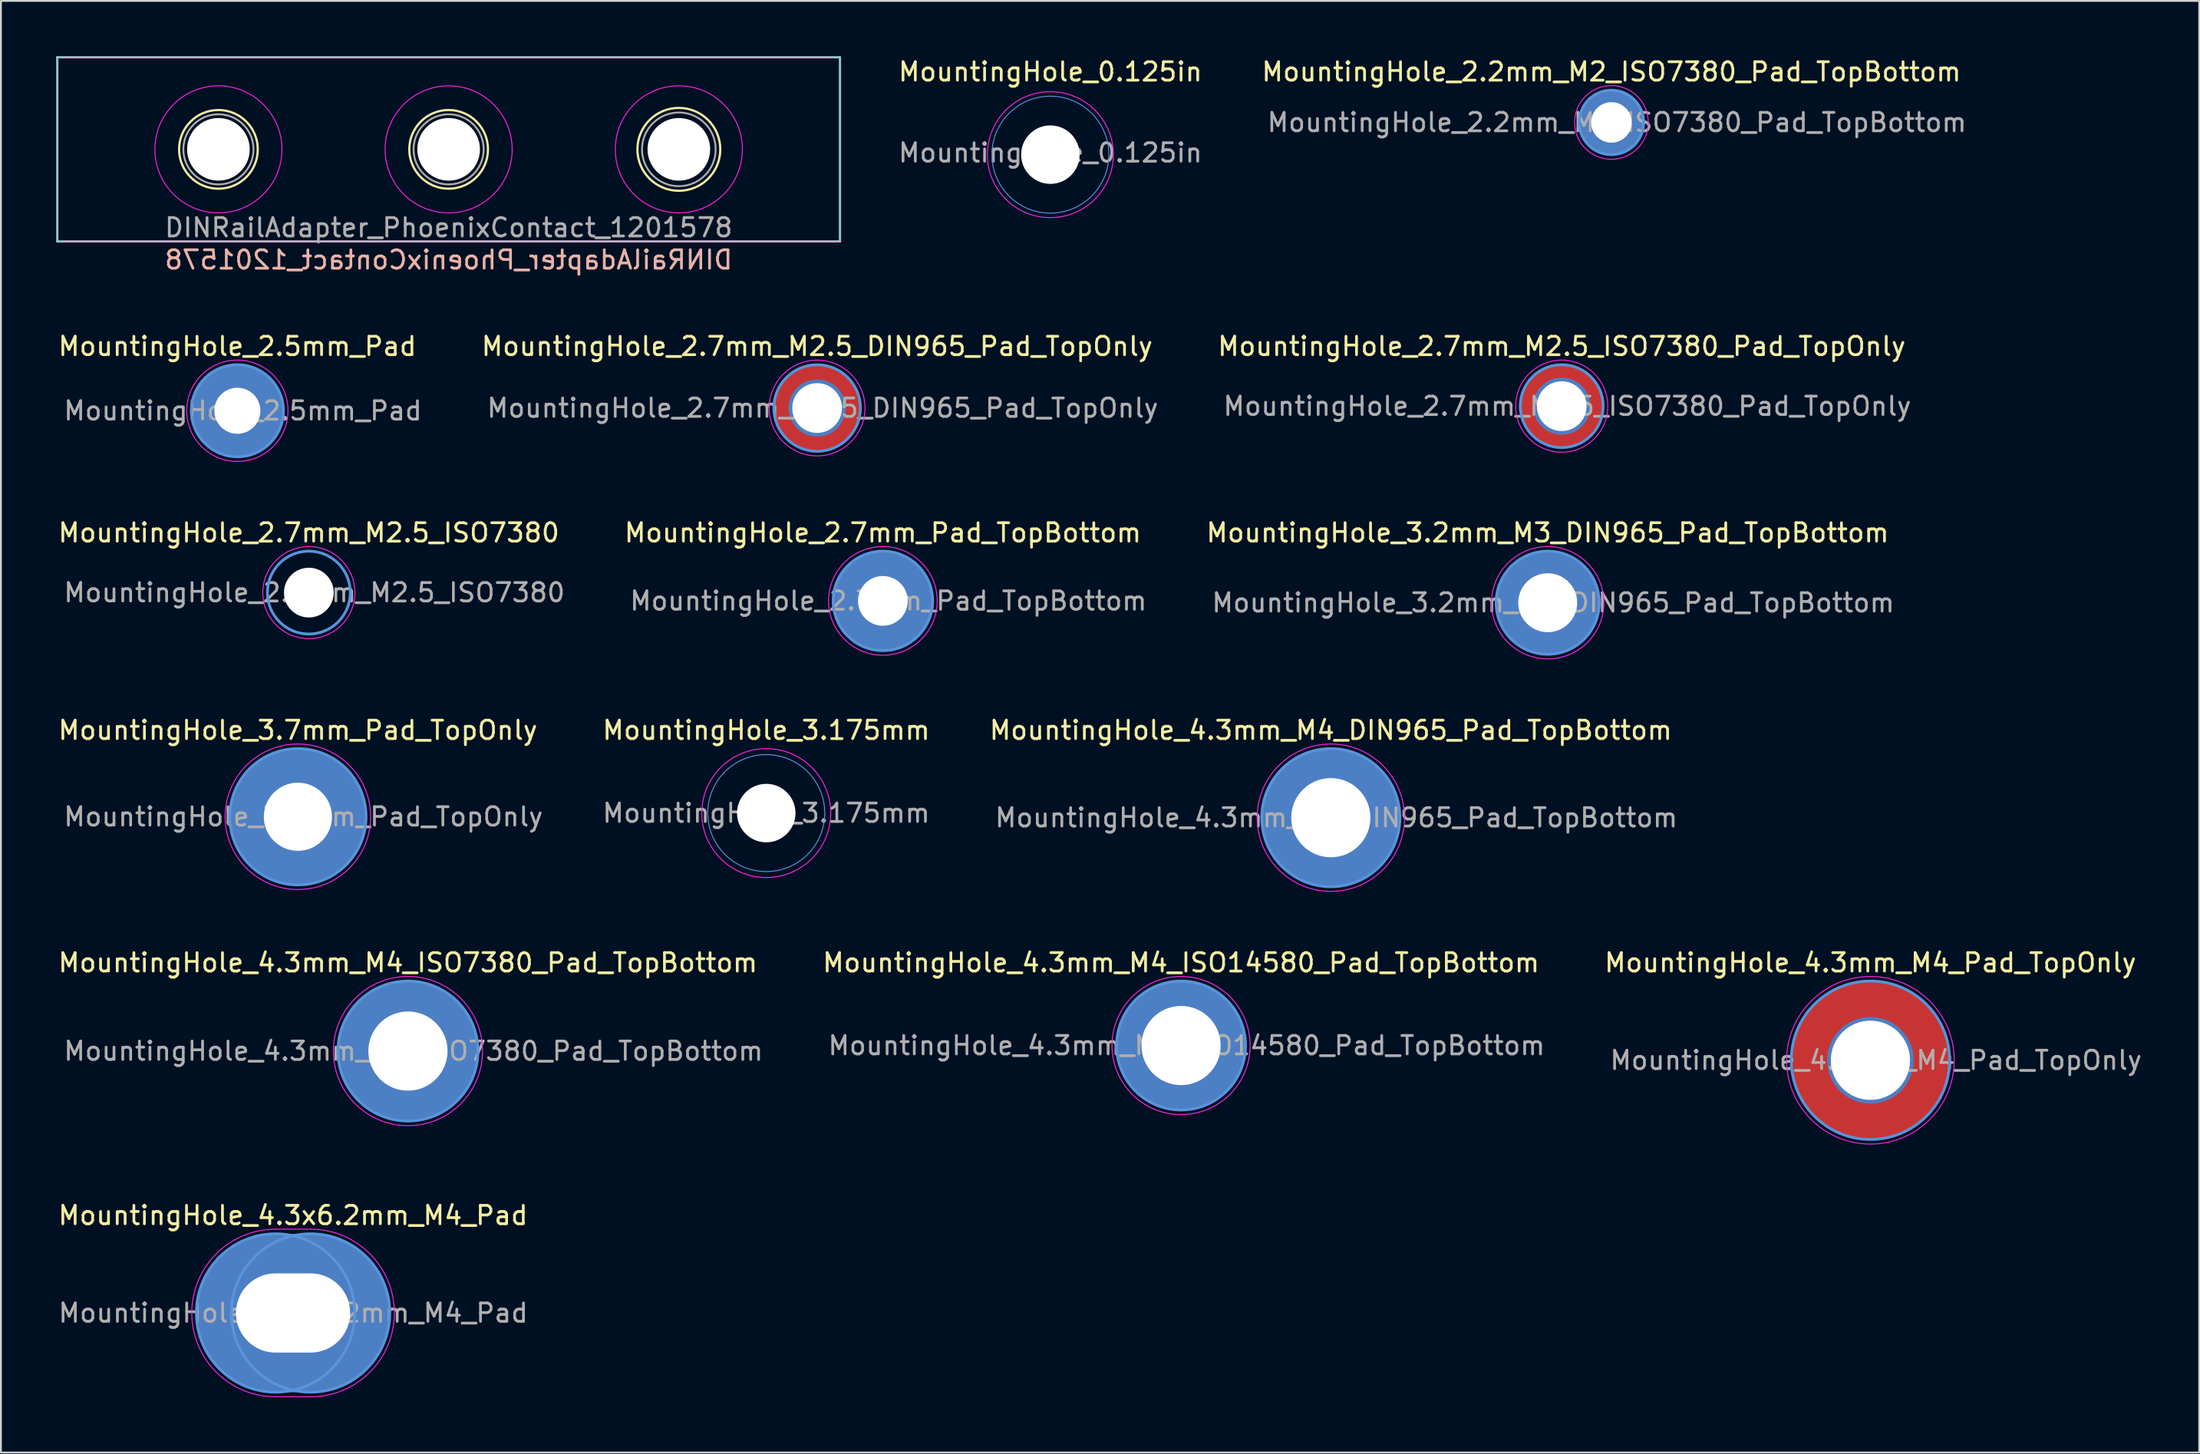
<source format=kicad_pcb>
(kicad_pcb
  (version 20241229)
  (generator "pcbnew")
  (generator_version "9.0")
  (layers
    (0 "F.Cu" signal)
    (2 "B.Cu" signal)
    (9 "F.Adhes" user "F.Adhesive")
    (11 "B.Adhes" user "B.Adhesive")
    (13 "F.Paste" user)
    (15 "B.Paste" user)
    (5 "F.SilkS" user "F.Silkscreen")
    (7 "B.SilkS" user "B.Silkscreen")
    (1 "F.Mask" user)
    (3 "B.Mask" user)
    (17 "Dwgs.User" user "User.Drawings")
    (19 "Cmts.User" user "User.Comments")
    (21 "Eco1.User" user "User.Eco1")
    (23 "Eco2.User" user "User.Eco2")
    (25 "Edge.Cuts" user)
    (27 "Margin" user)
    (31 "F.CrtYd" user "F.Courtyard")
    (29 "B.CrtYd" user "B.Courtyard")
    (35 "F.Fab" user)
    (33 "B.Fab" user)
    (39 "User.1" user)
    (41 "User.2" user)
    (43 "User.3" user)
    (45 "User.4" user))
  (footprint "MountingHole_2.5mm_Pad"
    (layer "F.Cu")
    (at 9.839 19.256)
    (property "Reference" "MountingHole_2.5mm_Pad" (at 0 -3.5 0) (layer "F.SilkS") (effects (font (size 1 1) (thickness 0.15))))
    (attr exclude_from_pos_files exclude_from_bom)
    (fp_circle (center 0 0) (end 2.5 0) (stroke (width 0.15) (type solid)) (fill no) (layer "Cmts.User"))
    (fp_circle (center 0 0) (end 2.75 0) (stroke (width 0.05) (type solid)) (fill no) (layer "F.CrtYd"))
    (fp_text user "${REFERENCE}" (at 0.3 0 0) (layer "F.Fab") (effects (font (size 1 1) (thickness 0.15))))
    (pad "1" thru_hole circle (at 0 0) (size 5 5) (drill 2.5) (layers "*.Cu" "*.Mask")))
  (footprint "MountingHole_4.3mm_M4_DIN965_Pad_TopBottom"
    (layer "F.Cu")
    (at 69.211 41.353)
    (property "Reference" "MountingHole_4.3mm_M4_DIN965_Pad_TopBottom" (at 0 -4.75 0) (layer "F.SilkS") (effects (font (size 1 1) (thickness 0.15))))
    (attr exclude_from_pos_files exclude_from_bom)
    (fp_circle (center 0 0) (end 3.75 0) (stroke (width 0.15) (type solid)) (fill no) (layer "Cmts.User"))
    (fp_circle (center 0 0) (end 4 0) (stroke (width 0.05) (type solid)) (fill no) (layer "F.CrtYd"))
    (fp_text user "${REFERENCE}" (at 0.3 0 0) (layer "F.Fab") (effects (font (size 1 1) (thickness 0.15))))
    (pad "1" thru_hole circle (at 0 0) (size 4.7 4.7) (drill 4.3) (layers "*.Cu" "*.Mask"))
    (pad "1" connect circle (at 0 0) (size 7.5 7.5) (layers "F.Cu" "F.Mask"))
    (pad "1" connect circle (at 0 0) (size 7.5 7.5) (layers "B.Cu" "B.Mask")))
  (footprint "MountingHole_4.3mm_M4_Pad_TopOnly"
    (layer "F.Cu")
    (at 98.511 54.526)
    (property "Reference" "MountingHole_4.3mm_M4_Pad_TopOnly" (at 0 -5.3 0) (layer "F.SilkS") (effects (font (size 1 1) (thickness 0.15))))
    (attr exclude_from_pos_files exclude_from_bom)
    (fp_circle (center 0 0) (end 4.3 0) (stroke (width 0.15) (type solid)) (fill no) (layer "Cmts.User"))
    (fp_circle (center 0 0) (end 4.55 0) (stroke (width 0.05) (type solid)) (fill no) (layer "F.CrtYd"))
    (fp_text user "${REFERENCE}" (at 0.3 0 0) (layer "F.Fab") (effects (font (size 1 1) (thickness 0.15))))
    (pad "1" thru_hole circle (at 0 0) (size 4.7 4.7) (drill 4.3) (layers "*.Cu" "*.Mask"))
    (pad "1" connect circle (at 0 0) (size 8.6 8.6) (layers "F.Cu" "F.Mask")))
  (footprint "MountingHole_4.3mm_M4_ISO7380_Pad_TopBottom"
    (layer "F.Cu")
    (at 19.101 54.026)
    (property "Reference" "MountingHole_4.3mm_M4_ISO7380_Pad_TopBottom" (at 0 -4.8 0) (layer "F.SilkS") (effects (font (size 1 1) (thickness 0.15))))
    (attr exclude_from_pos_files exclude_from_bom)
    (fp_circle (center 0 0) (end 3.8 0) (stroke (width 0.15) (type solid)) (fill no) (layer "Cmts.User"))
    (fp_circle (center 0 0) (end 4.05 0) (stroke (width 0.05) (type solid)) (fill no) (layer "F.CrtYd"))
    (fp_text user "${REFERENCE}" (at 0.3 0 0) (layer "F.Fab") (effects (font (size 1 1) (thickness 0.15))))
    (pad "1" thru_hole circle (at 0 0) (size 4.7 4.7) (drill 4.3) (layers "*.Cu" "*.Mask"))
    (pad "1" connect circle (at 0 0) (size 7.6 7.6) (layers "F.Cu" "F.Mask"))
    (pad "1" connect circle (at 0 0) (size 7.6 7.6) (layers "B.Cu" "B.Mask")))
  (footprint "MountingHole_2.7mm_M2.5_ISO7380_Pad_TopOnly"
    (layer "F.Cu")
    (at 81.749 19.006)
    (property "Reference" "MountingHole_2.7mm_M2.5_ISO7380_Pad_TopOnly" (at 0 -3.25 0) (layer "F.SilkS") (effects (font (size 1 1) (thickness 0.15))))
    (attr exclude_from_pos_files exclude_from_bom)
    (fp_circle (center 0 0) (end 2.25 0) (stroke (width 0.15) (type solid)) (fill no) (layer "Cmts.User"))
    (fp_circle (center 0 0) (end 2.5 0) (stroke (width 0.05) (type solid)) (fill no) (layer "F.CrtYd"))
    (fp_text user "${REFERENCE}" (at 0.3 0 0) (layer "F.Fab") (effects (font (size 1 1) (thickness 0.15))))
    (pad "1" thru_hole circle (at 0 0) (size 3.1 3.1) (drill 2.7) (layers "*.Cu" "*.Mask"))
    (pad "1" connect circle (at 0 0) (size 4.5 4.5) (layers "F.Cu" "F.Mask")))
  (footprint "MountingHole_3.175mm"
    (layer "F.Cu")
    (at 38.556 41.103)
    (property "Reference" "MountingHole_3.175mm" (at 0 -4.5 0) (layer "F.SilkS") (effects (font (size 1 1) (thickness 0.15))))
    (attr exclude_from_pos_files exclude_from_bom)
    (fp_circle (center 0 0) (end 3.175 0) (stroke (width 0.05) (type solid)) (fill no) (layer "Cmts.User"))
    (fp_circle (center 0 0) (end 3.5 0) (stroke (width 0.05) (type solid)) (fill no) (layer "F.CrtYd"))
    (fp_text user "${REFERENCE}" (at 0 0 0) (layer "F.Fab") (effects (font (size 1 1) (thickness 0.15))))
    (pad "" np_thru_hole circle (at 0 0) (size 3.175 3.175) (drill 3.175) (layers "*.Cu" "*.Mask")))
  (footprint "MountingHole_3.2mm_M3_DIN965_Pad_TopBottom"
    (layer "F.Cu")
    (at 80.987 29.68)
    (property "Reference" "MountingHole_3.2mm_M3_DIN965_Pad_TopBottom" (at 0 -3.8 0) (layer "F.SilkS") (effects (font (size 1 1) (thickness 0.15))))
    (attr exclude_from_pos_files exclude_from_bom)
    (fp_circle (center 0 0) (end 2.8 0) (stroke (width 0.15) (type solid)) (fill no) (layer "Cmts.User"))
    (fp_circle (center 0 0) (end 3.05 0) (stroke (width 0.05) (type solid)) (fill no) (layer "F.CrtYd"))
    (fp_text user "${REFERENCE}" (at 0.3 0 0) (layer "F.Fab") (effects (font (size 1 1) (thickness 0.15))))
    (pad "1" thru_hole circle (at 0 0) (size 3.6 3.6) (drill 3.2) (layers "*.Cu" "*.Mask"))
    (pad "1" connect circle (at 0 0) (size 5.6 5.6) (layers "F.Cu" "F.Mask"))
    (pad "1" connect circle (at 0 0) (size 5.6 5.6) (layers "B.Cu" "B.Mask")))
  (footprint "MountingHole_4.3x6.2mm_M4_Pad"
    (layer "F.Cu")
    (at 12.863 68.249)
    (property "Reference" "MountingHole_4.3x6.2mm_M4_Pad" (at 0 -5.3 0) (layer "F.SilkS") (effects (font (size 1 1) (thickness 0.15))))
    (attr exclude_from_pos_files exclude_from_bom)
    (fp_circle (center -0.95 0) (end 3.35 0) (stroke (width 0.15) (type solid)) (fill no) (layer "Cmts.User"))
    (fp_circle (center 0.95 0) (end 5.25 0) (stroke (width 0.15) (type solid)) (fill no) (layer "Cmts.User"))
    (fp_line (start -0.95 -4.55) (end 0.95 -4.55) (stroke (width 0.05) (type solid)) (layer "F.CrtYd"))
    (fp_line (start 0.95 4.55) (end -0.95 4.55) (stroke (width 0.05) (type solid)) (layer "F.CrtYd"))
    (fp_arc (start -0.95 4.55) (mid -5.5 0) (end -0.95 -4.55) (stroke (width 0.05) (type solid)) (layer "F.CrtYd"))
    (fp_arc (start 0.95 -4.55) (mid 5.5 0) (end 0.95 4.55) (stroke (width 0.05) (type solid)) (layer "F.CrtYd"))
    (fp_text user "${REFERENCE}" (at 0.01 0 0) (layer "F.Fab") (effects (font (size 1 1) (thickness 0.15))))
    (pad "1" thru_hole oval (at 0 0) (size 10.4 8.6) (drill oval 6.2 4.3) (layers "*.Cu" "*.Mask")))
  (footprint "MountingHole_0.125in"
    (layer "F.Cu")
    (at 53.983 5.348)
    (property "Reference" "MountingHole_0.125in" (at 0 -4.5 0) (layer "F.SilkS") (effects (font (size 1 1) (thickness 0.15))))
    (attr exclude_from_pos_files exclude_from_bom)
    (fp_circle (center 0 0) (end 3.175 0) (stroke (width 0.05) (type solid)) (fill no) (layer "Cmts.User"))
    (fp_circle (center 0 0) (end 3.42 0) (stroke (width 0.05) (type solid)) (fill no) (layer "F.CrtYd"))
    (fp_text user "${REFERENCE}" (at 0 -0.1 0) (layer "F.Fab") (effects (font (size 1 1) (thickness 0.15))))
    (pad "" np_thru_hole circle (at 0 0) (size 3.175 3.175) (drill 3.175) (layers "*.Cu" "*.Mask")))
  (footprint "MountingHole_2.2mm_M2_ISO7380_Pad_TopBottom"
    (layer "F.Cu")
    (at 84.447 3.598)
    (property "Reference" "MountingHole_2.2mm_M2_ISO7380_Pad_TopBottom" (at 0 -2.75 0) (layer "F.SilkS") (effects (font (size 1 1) (thickness 0.15))))
    (attr exclude_from_pos_files exclude_from_bom)
    (fp_circle (center 0 0) (end 1.75 0) (stroke (width 0.15) (type solid)) (fill no) (layer "Cmts.User"))
    (fp_circle (center 0 0) (end 2 0) (stroke (width 0.05) (type solid)) (fill no) (layer "F.CrtYd"))
    (fp_text user "${REFERENCE}" (at 0.3 0 0) (layer "F.Fab") (effects (font (size 1 1) (thickness 0.15))))
    (pad "1" thru_hole circle (at 0 0) (size 2.6 2.6) (drill 2.2) (layers "*.Cu" "*.Mask"))
    (pad "1" connect circle (at 0 0) (size 3.5 3.5) (layers "F.Cu" "F.Mask"))
    (pad "1" connect circle (at 0 0) (size 3.5 3.5) (layers "B.Cu" "B.Mask")))
  (footprint "DINRailAdapter_PhoenixContact_1201578"
    (layer "F.Cu")
    (at 21.31 5.06)
    (property "Reference" "DINRailAdapter_PhoenixContact_1201578" (at 0 6 0) (layer "B.SilkS") (effects (font (size 1 1) (thickness 0.15)) (justify mirror)))
    (attr through_hole)
    (fp_circle (center -12.5 0) (end -11.75 -2) (stroke (width 0.12) (type solid)) (fill no) (layer "F.SilkS"))
    (fp_circle (center 0 0) (end 0.75 -2) (stroke (width 0.12) (type solid)) (fill no) (layer "F.SilkS"))
    (fp_circle (center 12.5 0) (end 12.5 -2.25) (stroke (width 0.12) (type solid)) (fill no) (layer "F.SilkS"))
    (fp_line (start -21.25 -5) (end -21.25 5) (stroke (width 0.12) (type solid)) (layer "B.SilkS"))
    (fp_line (start -21.25 5) (end 21.25 5) (stroke (width 0.12) (type solid)) (layer "B.SilkS"))
    (fp_line (start 21.25 -5) (end -21.25 -5) (stroke (width 0.12) (type solid)) (layer "B.SilkS"))
    (fp_line (start 21.25 5) (end 21.25 -5) (stroke (width 0.12) (type solid)) (layer "B.SilkS"))
    (fp_line (start -21.25 -5) (end 21.25 -5) (stroke (width 0.05) (type solid)) (layer "B.CrtYd"))
    (fp_line (start -21.25 5) (end -21.25 -5) (stroke (width 0.05) (type solid)) (layer "B.CrtYd"))
    (fp_line (start 21.25 -5) (end 21.25 5) (stroke (width 0.05) (type solid)) (layer "B.CrtYd"))
    (fp_line (start 21.25 5) (end -21.25 5) (stroke (width 0.05) (type solid)) (layer "B.CrtYd"))
    (fp_circle (center -12.5 0) (end -9.05 0) (stroke (width 0.05) (type solid)) (fill no) (layer "F.CrtYd"))
    (fp_circle (center 0 0) (end 3.45 0) (stroke (width 0.05) (type solid)) (fill no) (layer "F.CrtYd"))
    (fp_circle (center 12.5 0) (end 15.95 0) (stroke (width 0.05) (type solid)) (fill no) (layer "F.CrtYd"))
    (fp_circle (center -12.5 0) (end -10.596 0) (stroke (width 0.1) (type solid)) (fill no) (layer "F.Fab"))
    (fp_circle (center 0 0) (end 0.75 -1.75) (stroke (width 0.1) (type solid)) (fill no) (layer "F.Fab"))
    (fp_circle (center 12.5 0) (end 12.5 -2) (stroke (width 0.1) (type solid)) (fill no) (layer "F.Fab"))
    (fp_text user "${REFERENCE}" (at 0 4.25 0) (layer "F.Fab") (effects (font (size 1 1) (thickness 0.15))))
    (pad "" np_thru_hole circle (at -12.5 0) (size 3.4 3.4) (drill 3.4) (layers "*.Cu" "*.Mask"))
    (pad "" np_thru_hole circle (at 0 0) (size 3.4 3.4) (drill 3.4) (layers "*.Cu" "*.Mask"))
    (pad "" np_thru_hole circle (at 12.5 0) (size 3.4 3.4) (drill 3.4) (layers "*.Cu" "*.Mask")))
  (footprint "MountingHole_2.7mm_M2.5_DIN965_Pad_TopOnly"
    (layer "F.Cu")
    (at 41.318 19.107)
    (property "Reference" "MountingHole_2.7mm_M2.5_DIN965_Pad_TopOnly" (at 0 -3.35 0) (layer "F.SilkS") (effects (font (size 1 1) (thickness 0.15))))
    (attr exclude_from_pos_files exclude_from_bom)
    (fp_circle (center 0 0) (end 2.35 0) (stroke (width 0.15) (type solid)) (fill no) (layer "Cmts.User"))
    (fp_circle (center 0 0) (end 2.6 0) (stroke (width 0.05) (type solid)) (fill no) (layer "F.CrtYd"))
    (fp_text user "${REFERENCE}" (at 0.3 0 0) (layer "F.Fab") (effects (font (size 1 1) (thickness 0.15))))
    (pad "1" thru_hole circle (at 0 0) (size 3.1 3.1) (drill 2.7) (layers "*.Cu" "*.Mask"))
    (pad "1" connect circle (at 0 0) (size 4.7 4.7) (layers "F.Cu" "F.Mask")))
  (footprint "MountingHole_3.7mm_Pad_TopOnly"
    (layer "F.Cu")
    (at 13.125 41.303)
    (property "Reference" "MountingHole_3.7mm_Pad_TopOnly" (at 0 -4.7 0) (layer "F.SilkS") (effects (font (size 1 1) (thickness 0.15))))
    (attr exclude_from_pos_files exclude_from_bom)
    (fp_circle (center 0 0) (end 3.7 0) (stroke (width 0.15) (type solid)) (fill no) (layer "Cmts.User"))
    (fp_circle (center 0 0) (end 3.95 0) (stroke (width 0.05) (type solid)) (fill no) (layer "F.CrtYd"))
    (fp_text user "${REFERENCE}" (at 0.3 0 0) (layer "F.Fab") (effects (font (size 1 1) (thickness 0.15))))
    (pad "1" thru_hole circle (at 0 0) (size 4.1 4.1) (drill 3.7) (layers "*.Cu" "*.Mask"))
    (pad "1" thru_hole circle (at 0 0) (size 7.4 7.4) (drill 0.000001) (layers "F.Cu" "F.Mask")))
  (footprint "MountingHole_2.7mm_M2.5_ISO7380"
    (layer "F.Cu")
    (at 13.72 29.13)
    (property "Reference" "MountingHole_2.7mm_M2.5_ISO7380" (at 0 -3.25 0) (layer "F.SilkS") (effects (font (size 1 1) (thickness 0.15))))
    (attr exclude_from_pos_files exclude_from_bom)
    (fp_circle (center 0 0) (end 2.25 0) (stroke (width 0.15) (type solid)) (fill no) (layer "Cmts.User"))
    (fp_circle (center 0 0) (end 2.5 0) (stroke (width 0.05) (type solid)) (fill no) (layer "F.CrtYd"))
    (fp_text user "${REFERENCE}" (at 0.3 0 0) (layer "F.Fab") (effects (font (size 1 1) (thickness 0.15))))
    (pad "" np_thru_hole circle (at 0 0) (size 2.7 2.7) (drill 2.7) (layers "*.Cu" "*.Mask")))
  (footprint "MountingHole_4.3mm_M4_ISO14580_Pad_TopBottom"
    (layer "F.Cu")
    (at 61.08 53.726)
    (property "Reference" "MountingHole_4.3mm_M4_ISO14580_Pad_TopBottom" (at 0 -4.5 0) (layer "F.SilkS") (effects (font (size 1 1) (thickness 0.15))))
    (attr exclude_from_pos_files exclude_from_bom)
    (fp_circle (center 0 0) (end 3.5 0) (stroke (width 0.15) (type solid)) (fill no) (layer "Cmts.User"))
    (fp_circle (center 0 0) (end 3.75 0) (stroke (width 0.05) (type solid)) (fill no) (layer "F.CrtYd"))
    (fp_text user "${REFERENCE}" (at 0.3 0 0) (layer "F.Fab") (effects (font (size 1 1) (thickness 0.15))))
    (pad "1" thru_hole circle (at 0 0) (size 4.7 4.7) (drill 4.3) (layers "*.Cu" "*.Mask"))
    (pad "1" connect circle (at 0 0) (size 7 7) (layers "F.Cu" "F.Mask"))
    (pad "1" connect circle (at 0 0) (size 7 7) (layers "B.Cu" "B.Mask")))
  (footprint "MountingHole_2.7mm_Pad_TopBottom"
    (layer "F.Cu")
    (at 44.889 29.58)
    (property "Reference" "MountingHole_2.7mm_Pad_TopBottom" (at 0 -3.7 0) (layer "F.SilkS") (effects (font (size 1 1) (thickness 0.15))))
    (attr exclude_from_pos_files exclude_from_bom)
    (fp_circle (center 0 0) (end 2.7 0) (stroke (width 0.15) (type solid)) (fill no) (layer "Cmts.User"))
    (fp_circle (center 0 0) (end 2.95 0) (stroke (width 0.05) (type solid)) (fill no) (layer "F.CrtYd"))
    (fp_text user "${REFERENCE}" (at 0.3 0 0) (layer "F.Fab") (effects (font (size 1 1) (thickness 0.15))))
    (pad "1" thru_hole circle (at 0 0) (size 3.1 3.1) (drill 2.7) (layers "*.Cu" "*.Mask"))
    (pad "1" connect circle (at 0 0) (size 5.4 5.4) (layers "F.Cu" "F.Mask"))
    (pad "1" connect circle (at 0 0) (size 5.4 5.4) (layers "B.Cu" "B.Mask")))
  (gr_rect
    (start -3 -3)
    (end 116.364 75.825)
    (stroke (width 0.1) (type default))
    (fill no)
    (layer "Edge.Cuts")))
</source>
